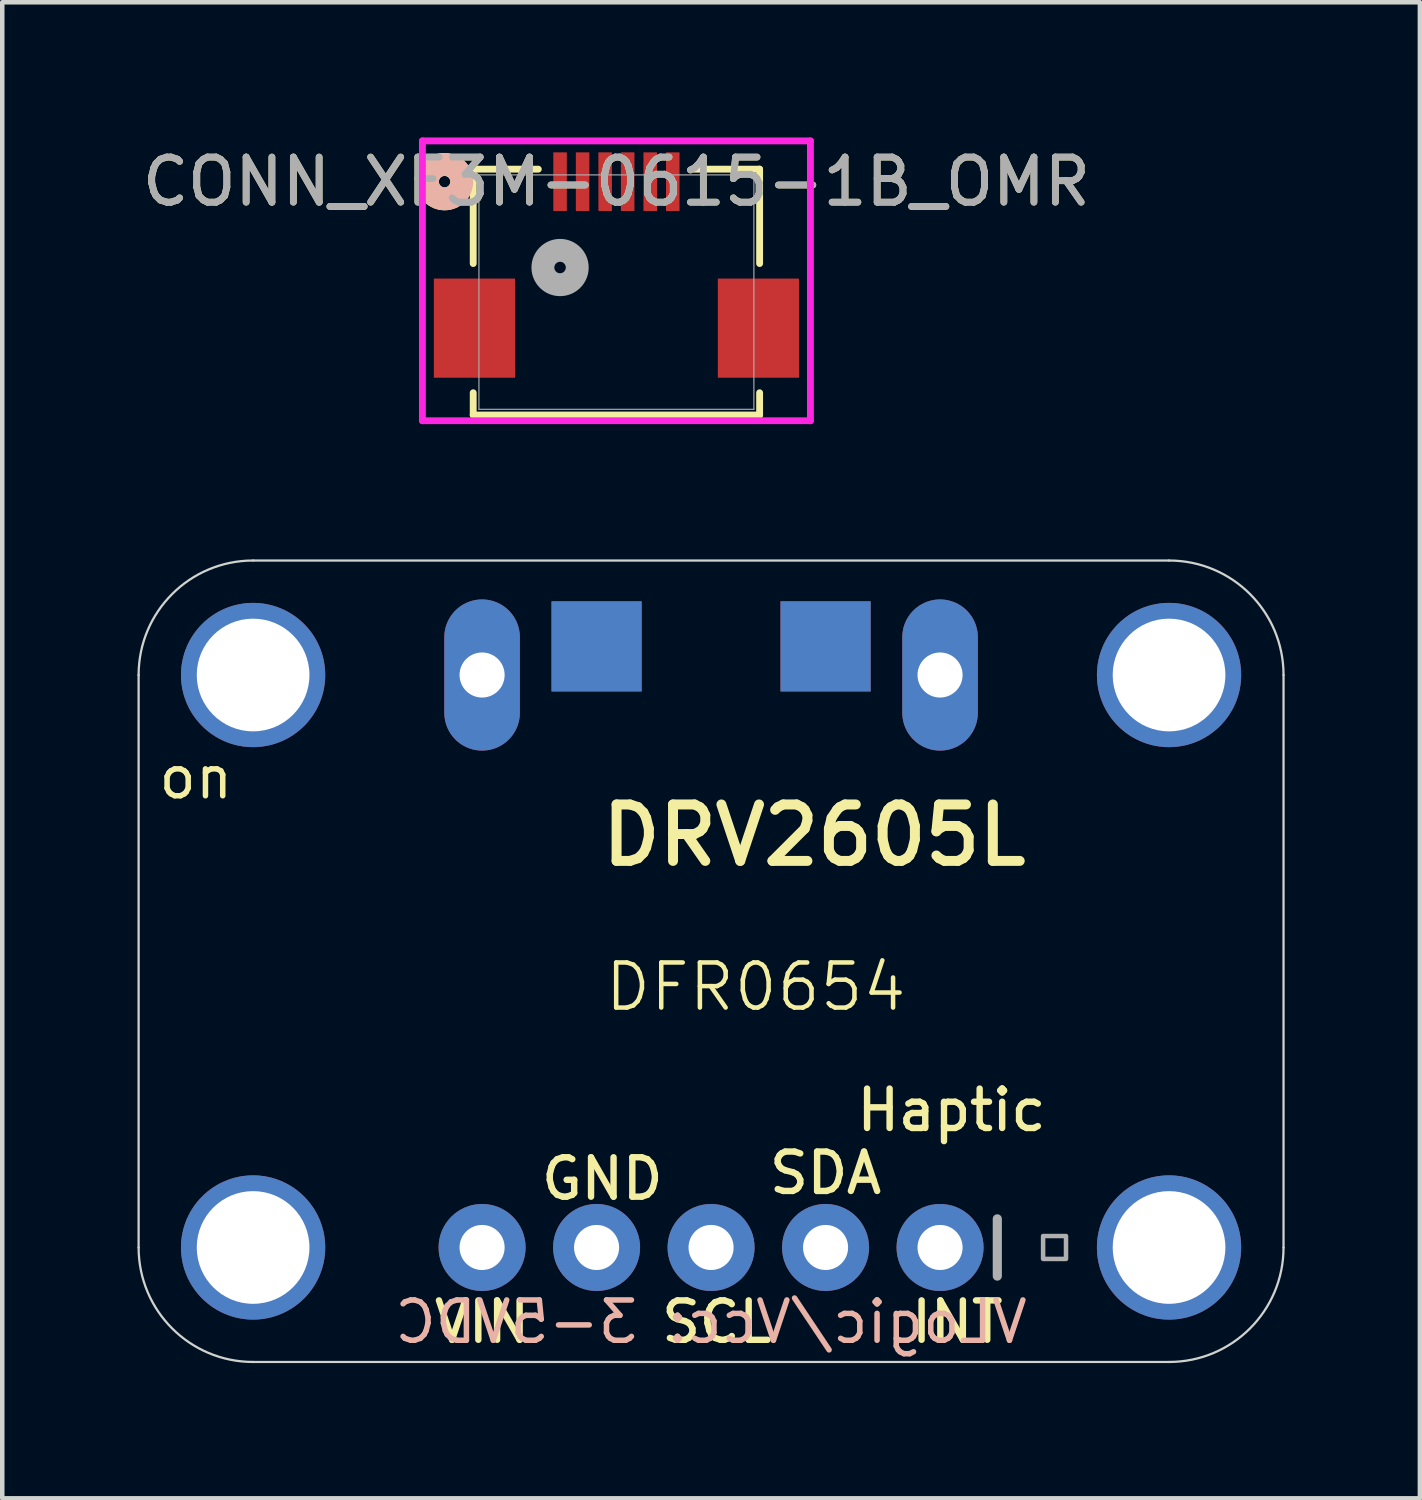
<source format=kicad_pcb>
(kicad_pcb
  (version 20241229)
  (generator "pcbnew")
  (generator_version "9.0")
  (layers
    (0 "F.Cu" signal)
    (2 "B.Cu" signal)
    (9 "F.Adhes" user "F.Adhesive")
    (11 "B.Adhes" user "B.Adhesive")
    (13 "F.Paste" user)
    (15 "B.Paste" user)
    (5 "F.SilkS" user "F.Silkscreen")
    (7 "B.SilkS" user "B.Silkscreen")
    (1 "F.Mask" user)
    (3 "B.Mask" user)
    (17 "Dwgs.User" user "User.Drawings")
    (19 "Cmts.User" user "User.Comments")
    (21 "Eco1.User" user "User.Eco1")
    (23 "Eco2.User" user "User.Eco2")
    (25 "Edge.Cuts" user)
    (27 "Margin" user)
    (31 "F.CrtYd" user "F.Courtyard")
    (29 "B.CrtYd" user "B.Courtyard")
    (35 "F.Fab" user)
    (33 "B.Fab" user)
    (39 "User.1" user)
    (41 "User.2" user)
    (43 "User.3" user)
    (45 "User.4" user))
  (footprint "DFR0654"
    (layer "F.Cu")
    (at 13.715 19.345)
    (property "Reference" "DFR0654" (at 0 -0.5 0) (unlocked yes) (layer "F.SilkS") (effects (font (size 1 1) (thickness 0.1))))
    (attr through_hole)
    (fp_line (start -13.69 -7.42) (end -13.69 5.28) (stroke (width 0.05) (type solid)) (layer "Edge.Cuts"))
    (fp_line (start -11.15 7.82) (end 9.17 7.82) (stroke (width 0.05) (type solid)) (layer "Edge.Cuts"))
    (fp_line (start 9.17 -9.96) (end -11.15 -9.96) (stroke (width 0.05) (type solid)) (layer "Edge.Cuts"))
    (fp_line (start 11.71 5.28) (end 11.71 -7.42) (stroke (width 0.05) (type solid)) (layer "Edge.Cuts"))
    (fp_arc (start -13.69 -7.42) (mid -12.946051 -9.216051) (end -11.15 -9.96) (stroke (width 0.05) (type solid)) (layer "Edge.Cuts"))
    (fp_arc (start -11.15 7.82) (mid -12.946051 7.076051) (end -13.69 5.28) (stroke (width 0.05) (type solid)) (layer "Edge.Cuts"))
    (fp_arc (start 9.17 -9.96) (mid 10.966051 -9.216051) (end 11.71 -7.42) (stroke (width 0.05) (type solid)) (layer "Edge.Cuts"))
    (fp_arc (start 11.71 5.28) (mid 10.966051 7.076051) (end 9.17 7.82) (stroke (width 0.05) (type solid)) (layer "Edge.Cuts"))
    (fp_line (start 5.36 4.645) (end 5.36 5.915) (stroke (width 0.203) (type solid)) (layer "F.Fab"))
    (fp_poly (pts (xy 6.376 5.534) (xy 6.884 5.534) (xy 6.884 5.026) (xy 6.376 5.026)) (stroke (width 0.1) (type default)) (fill no) (layer "F.Fab"))
    (fp_poly (pts (xy 8.916 5.534) (xy 9.424 5.534) (xy 9.424 5.026) (xy 8.916 5.026)) (stroke (width 0.1) (type default)) (fill no) (layer "F.Fab"))
    (fp_text user "SCL" (at -0.863 6.931 0) (unlocked yes) (layer "F.SilkS") (effects (font (size 0.874 0.874) (thickness 0.142))))
    (fp_text user "VIN" (at -6.07 6.931 0) (unlocked yes) (layer "F.SilkS") (effects (font (size 0.874 0.874) (thickness 0.142))))
    (fp_text user "INT" (at 4.471 6.931 0) (unlocked yes) (layer "F.SilkS") (effects (font (size 0.874 0.874) (thickness 0.142))))
    (fp_text user "DRV2605L" (at 1.296 -3.864 0) (unlocked yes) (layer "F.SilkS") (effects (font (size 1.252 1.252) (thickness 0.221))))
    (fp_text user "Haptic" (at 4.344 2.232 0) (unlocked yes) (layer "F.SilkS") (effects (font (size 0.874 0.874) (thickness 0.142))))
    (fp_text user "on" (at -13.309 -4.626 0) (unlocked yes) (layer "F.SilkS") (effects (font (size 0.894 0.894) (thickness 0.122)) (justify left bottom)))
    (fp_text user "SDA" (at 1.55 3.629 0) (unlocked yes) (layer "F.SilkS") (effects (font (size 0.874 0.874) (thickness 0.142))))
    (fp_text user "GND" (at -3.403 3.756 0) (unlocked yes) (layer "F.SilkS") (effects (font (size 0.874 0.874) (thickness 0.142))))
    (fp_text user "VLogic/Vcc: 3-5VDC" (at -0.99 6.931 0) (unlocked yes) (layer "B.SilkS") (effects (font (size 0.894 0.894) (thickness 0.122)) (justify mirror)))
    (pad "1" thru_hole oval (at -6.07 -7.42 90) (size 3.353 1.676) (drill 1) (layers "*.Cu" "*.Mask"))
    (pad "1" thru_hole circle (at -6.07 5.28 90) (size 1.93 1.93) (drill 1) (layers "*.Cu" "*.Mask"))
    (pad "1" thru_hole oval (at 4.09 -7.42 90) (size 3.353 1.676) (drill 1) (layers "*.Cu" "*.Mask"))
    (pad "2" thru_hole circle (at -3.53 5.28 90) (size 1.93 1.93) (drill 1) (layers "*.Cu" "*.Mask"))
    (pad "3" thru_hole circle (at -0.99 5.28 90) (size 1.93 1.93) (drill 1) (layers "*.Cu" "*.Mask"))
    (pad "4" thru_hole circle (at 1.55 5.28 90) (size 1.93 1.93) (drill 1) (layers "*.Cu" "*.Mask"))
    (pad "5" thru_hole circle (at 4.09 5.28 90) (size 1.93 1.93) (drill 1) (layers "*.Cu" "*.Mask"))
    (pad "P$1" thru_hole circle (at -11.15 -7.42) (size 3.2 3.2) (drill 2.5) (layers "*.Cu" "*.Mask"))
    (pad "P$1" thru_hole circle (at -11.15 5.28) (size 3.2 3.2) (drill 2.5) (layers "*.Cu" "*.Mask"))
    (pad "P$1" smd rect (at -3.53 -8.055) (size 2 2) (layers "F.Cu" "F.Mask"))
    (pad "P$1" smd rect (at -3.53 -8.055 180) (size 2 2) (layers "B.Cu" "B.Mask"))
    (pad "P$1" smd rect (at 1.55 -8.055) (size 2 2) (layers "F.Cu" "F.Mask"))
    (pad "P$1" smd rect (at 1.55 -8.055 180) (size 2 2) (layers "B.Cu" "B.Mask"))
    (pad "P$1" thru_hole circle (at 9.17 -7.42) (size 3.2 3.2) (drill 2.5) (layers "*.Cu" "*.Mask"))
    (pad "P$1" thru_hole circle (at 9.17 5.28) (size 3.2 3.2) (drill 2.5) (layers "*.Cu" "*.Mask"))
    (zone (net_name "") (layer "F.Cu") (hatch edge 0.5) (connect_pads) (min_thickness 0.25) (filled_areas_thickness no) (keepout (tracks not_allowed) (vias not_allowed) (pads not_allowed) (copperpour not_allowed) (footprints allowed)) (placement (enabled no)) (fill) (polygon (pts (xy 4.581 11.925) (xy 4.561 11.645) (xy 4.503 11.37) (xy 4.407 11.105) (xy 4.275 10.857) (xy 4.109 10.63) (xy 3.914 10.427) (xy 3.692 10.254) (xy 3.449 10.113) (xy 3.188 10.008) (xy 2.915 9.94) (xy 2.635 9.911) (xy 2.354 9.92) (xy 2.077 9.969) (xy 1.81 10.056) (xy 1.557 10.179) (xy 1.324 10.337) (xy 1.115 10.525) (xy 0.934 10.74) (xy 0.785 10.979) (xy 0.671 11.236) (xy 0.593 11.506) (xy 0.554 11.785) (xy 0.554 12.066) (xy 0.593 12.345) (xy 0.671 12.615) (xy 0.785 12.872) (xy 0.934 13.11) (xy 1.115 13.326) (xy 1.324 13.514) (xy 1.557 13.671) (xy 1.81 13.795) (xy 2.077 13.882) (xy 2.354 13.93) (xy 2.635 13.94) (xy 2.915 13.911) (xy 3.188 13.843) (xy 3.449 13.737) (xy 3.692 13.597) (xy 3.914 13.424) (xy 4.109 13.221) (xy 4.275 12.994) (xy 4.407 12.745) (xy 4.503 12.481) (xy 4.561 12.206))) (polygon (pts (xy 2.549 11.925) (xy 2.554 11.937) (xy 2.565 11.941) (xy 2.576 11.937) (xy 2.581 11.925) (xy 2.576 11.914) (xy 2.565 11.909) (xy 2.554 11.914))))
    (zone (net_name "") (layer "F.Cu") (hatch edge 0.5) (connect_pads) (min_thickness 0.25) (filled_areas_thickness no) (keepout (tracks not_allowed) (vias not_allowed) (pads not_allowed) (copperpour not_allowed) (footprints allowed)) (placement (enabled no)) (fill) (polygon (pts (xy 4.581 24.625) (xy 4.561 24.345) (xy 4.503 24.07) (xy 4.407 23.805) (xy 4.275 23.557) (xy 4.109 23.33) (xy 3.914 23.127) (xy 3.692 22.954) (xy 3.449 22.813) (xy 3.188 22.708) (xy 2.915 22.64) (xy 2.635 22.611) (xy 2.354 22.62) (xy 2.077 22.669) (xy 1.81 22.756) (xy 1.557 22.879) (xy 1.324 23.037) (xy 1.115 23.225) (xy 0.934 23.44) (xy 0.785 23.679) (xy 0.671 23.936) (xy 0.593 24.206) (xy 0.554 24.485) (xy 0.554 24.766) (xy 0.593 25.045) (xy 0.671 25.315) (xy 0.785 25.572) (xy 0.934 25.81) (xy 1.115 26.026) (xy 1.324 26.214) (xy 1.557 26.371) (xy 1.81 26.495) (xy 2.077 26.582) (xy 2.354 26.63) (xy 2.635 26.64) (xy 2.915 26.611) (xy 3.188 26.543) (xy 3.449 26.437) (xy 3.692 26.297) (xy 3.914 26.124) (xy 4.109 25.921) (xy 4.275 25.694) (xy 4.407 25.445) (xy 4.503 25.181) (xy 4.561 24.906))) (polygon (pts (xy 2.549 24.625) (xy 2.554 24.637) (xy 2.565 24.641) (xy 2.576 24.637) (xy 2.581 24.625) (xy 2.576 24.614) (xy 2.565 24.609) (xy 2.554 24.614))))
    (zone (net_name "") (layer "F.Cu") (hatch edge 0.5) (connect_pads) (min_thickness 0.25) (filled_areas_thickness no) (keepout (tracks not_allowed) (vias not_allowed) (pads not_allowed) (copperpour not_allowed) (footprints allowed)) (placement (enabled no)) (fill) (polygon (pts (xy 24.901 11.925) (xy 24.881 11.645) (xy 24.823 11.37) (xy 24.727 11.105) (xy 24.595 10.857) (xy 24.429 10.63) (xy 24.234 10.427) (xy 24.012 10.254) (xy 23.769 10.113) (xy 23.508 10.008) (xy 23.235 9.94) (xy 22.955 9.911) (xy 22.674 9.92) (xy 22.397 9.969) (xy 22.13 10.056) (xy 21.877 10.179) (xy 21.644 10.337) (xy 21.435 10.525) (xy 21.254 10.74) (xy 21.105 10.979) (xy 20.991 11.236) (xy 20.913 11.506) (xy 20.874 11.785) (xy 20.874 12.066) (xy 20.913 12.345) (xy 20.991 12.615) (xy 21.105 12.872) (xy 21.254 13.11) (xy 21.435 13.326) (xy 21.644 13.514) (xy 21.877 13.671) (xy 22.13 13.795) (xy 22.397 13.882) (xy 22.674 13.93) (xy 22.955 13.94) (xy 23.235 13.911) (xy 23.508 13.843) (xy 23.769 13.737) (xy 24.012 13.597) (xy 24.234 13.424) (xy 24.429 13.221) (xy 24.595 12.994) (xy 24.727 12.745) (xy 24.823 12.481) (xy 24.881 12.206))) (polygon (pts (xy 22.869 11.925) (xy 22.874 11.937) (xy 22.885 11.941) (xy 22.896 11.937) (xy 22.901 11.925) (xy 22.896 11.914) (xy 22.885 11.909) (xy 22.874 11.914))))
    (zone (net_name "") (layer "F.Cu") (hatch edge 0.5) (connect_pads) (min_thickness 0.25) (filled_areas_thickness no) (keepout (tracks not_allowed) (vias not_allowed) (pads not_allowed) (copperpour not_allowed) (footprints allowed)) (placement (enabled no)) (fill) (polygon (pts (xy 24.901 24.625) (xy 24.881 24.345) (xy 24.823 24.07) (xy 24.727 23.805) (xy 24.595 23.557) (xy 24.429 23.33) (xy 24.234 23.127) (xy 24.012 22.954) (xy 23.769 22.813) (xy 23.508 22.708) (xy 23.235 22.64) (xy 22.955 22.611) (xy 22.674 22.62) (xy 22.397 22.669) (xy 22.13 22.756) (xy 21.877 22.879) (xy 21.644 23.037) (xy 21.435 23.225) (xy 21.254 23.44) (xy 21.105 23.679) (xy 20.991 23.936) (xy 20.913 24.206) (xy 20.874 24.485) (xy 20.874 24.766) (xy 20.913 25.045) (xy 20.991 25.315) (xy 21.105 25.572) (xy 21.254 25.81) (xy 21.435 26.026) (xy 21.644 26.214) (xy 21.877 26.371) (xy 22.13 26.495) (xy 22.397 26.582) (xy 22.674 26.63) (xy 22.955 26.64) (xy 23.235 26.611) (xy 23.508 26.543) (xy 23.769 26.437) (xy 24.012 26.297) (xy 24.234 26.124) (xy 24.429 25.921) (xy 24.595 25.694) (xy 24.727 25.445) (xy 24.823 25.181) (xy 24.881 24.906))) (polygon (pts (xy 22.869 24.625) (xy 22.874 24.637) (xy 22.885 24.641) (xy 22.896 24.637) (xy 22.901 24.625) (xy 22.896 24.614) (xy 22.885 24.609) (xy 22.874 24.614))))
    (zone (net_name "") (layer "B.Cu") (hatch edge 0.5) (connect_pads) (min_thickness 0.25) (filled_areas_thickness no) (keepout (tracks not_allowed) (vias not_allowed) (pads not_allowed) (copperpour not_allowed) (footprints allowed)) (placement (enabled no)) (fill) (polygon (pts (xy 4.581 11.925) (xy 4.561 11.645) (xy 4.503 11.37) (xy 4.407 11.105) (xy 4.275 10.857) (xy 4.109 10.63) (xy 3.914 10.427) (xy 3.692 10.254) (xy 3.449 10.113) (xy 3.188 10.008) (xy 2.915 9.94) (xy 2.635 9.911) (xy 2.354 9.92) (xy 2.077 9.969) (xy 1.81 10.056) (xy 1.557 10.179) (xy 1.324 10.337) (xy 1.115 10.525) (xy 0.934 10.74) (xy 0.785 10.979) (xy 0.671 11.236) (xy 0.593 11.506) (xy 0.554 11.785) (xy 0.554 12.066) (xy 0.593 12.345) (xy 0.671 12.615) (xy 0.785 12.872) (xy 0.934 13.11) (xy 1.115 13.326) (xy 1.324 13.514) (xy 1.557 13.671) (xy 1.81 13.795) (xy 2.077 13.882) (xy 2.354 13.93) (xy 2.635 13.94) (xy 2.915 13.911) (xy 3.188 13.843) (xy 3.449 13.737) (xy 3.692 13.597) (xy 3.914 13.424) (xy 4.109 13.221) (xy 4.275 12.994) (xy 4.407 12.745) (xy 4.503 12.481) (xy 4.561 12.206))) (polygon (pts (xy 2.549 11.925) (xy 2.554 11.937) (xy 2.565 11.941) (xy 2.576 11.937) (xy 2.581 11.925) (xy 2.576 11.914) (xy 2.565 11.909) (xy 2.554 11.914))))
    (zone (net_name "") (layer "B.Cu") (hatch edge 0.5) (connect_pads) (min_thickness 0.25) (filled_areas_thickness no) (keepout (tracks not_allowed) (vias not_allowed) (pads not_allowed) (copperpour not_allowed) (footprints allowed)) (placement (enabled no)) (fill) (polygon (pts (xy 4.581 24.625) (xy 4.561 24.345) (xy 4.503 24.07) (xy 4.407 23.805) (xy 4.275 23.557) (xy 4.109 23.33) (xy 3.914 23.127) (xy 3.692 22.954) (xy 3.449 22.813) (xy 3.188 22.708) (xy 2.915 22.64) (xy 2.635 22.611) (xy 2.354 22.62) (xy 2.077 22.669) (xy 1.81 22.756) (xy 1.557 22.879) (xy 1.324 23.037) (xy 1.115 23.225) (xy 0.934 23.44) (xy 0.785 23.679) (xy 0.671 23.936) (xy 0.593 24.206) (xy 0.554 24.485) (xy 0.554 24.766) (xy 0.593 25.045) (xy 0.671 25.315) (xy 0.785 25.572) (xy 0.934 25.81) (xy 1.115 26.026) (xy 1.324 26.214) (xy 1.557 26.371) (xy 1.81 26.495) (xy 2.077 26.582) (xy 2.354 26.63) (xy 2.635 26.64) (xy 2.915 26.611) (xy 3.188 26.543) (xy 3.449 26.437) (xy 3.692 26.297) (xy 3.914 26.124) (xy 4.109 25.921) (xy 4.275 25.694) (xy 4.407 25.445) (xy 4.503 25.181) (xy 4.561 24.906))) (polygon (pts (xy 2.549 24.625) (xy 2.554 24.637) (xy 2.565 24.641) (xy 2.576 24.637) (xy 2.581 24.625) (xy 2.576 24.614) (xy 2.565 24.609) (xy 2.554 24.614))))
    (zone (net_name "") (layer "B.Cu") (hatch edge 0.5) (connect_pads) (min_thickness 0.25) (filled_areas_thickness no) (keepout (tracks not_allowed) (vias not_allowed) (pads not_allowed) (copperpour not_allowed) (footprints allowed)) (placement (enabled no)) (fill) (polygon (pts (xy 24.901 11.925) (xy 24.881 11.645) (xy 24.823 11.37) (xy 24.727 11.105) (xy 24.595 10.857) (xy 24.429 10.63) (xy 24.234 10.427) (xy 24.012 10.254) (xy 23.769 10.113) (xy 23.508 10.008) (xy 23.235 9.94) (xy 22.955 9.911) (xy 22.674 9.92) (xy 22.397 9.969) (xy 22.13 10.056) (xy 21.877 10.179) (xy 21.644 10.337) (xy 21.435 10.525) (xy 21.254 10.74) (xy 21.105 10.979) (xy 20.991 11.236) (xy 20.913 11.506) (xy 20.874 11.785) (xy 20.874 12.066) (xy 20.913 12.345) (xy 20.991 12.615) (xy 21.105 12.872) (xy 21.254 13.11) (xy 21.435 13.326) (xy 21.644 13.514) (xy 21.877 13.671) (xy 22.13 13.795) (xy 22.397 13.882) (xy 22.674 13.93) (xy 22.955 13.94) (xy 23.235 13.911) (xy 23.508 13.843) (xy 23.769 13.737) (xy 24.012 13.597) (xy 24.234 13.424) (xy 24.429 13.221) (xy 24.595 12.994) (xy 24.727 12.745) (xy 24.823 12.481) (xy 24.881 12.206))) (polygon (pts (xy 22.869 11.925) (xy 22.874 11.937) (xy 22.885 11.941) (xy 22.896 11.937) (xy 22.901 11.925) (xy 22.896 11.914) (xy 22.885 11.909) (xy 22.874 11.914))))
    (zone (net_name "") (layer "B.Cu") (hatch edge 0.5) (connect_pads) (min_thickness 0.25) (filled_areas_thickness no) (keepout (tracks not_allowed) (vias not_allowed) (pads not_allowed) (copperpour not_allowed) (footprints allowed)) (placement (enabled no)) (fill) (polygon (pts (xy 24.901 24.625) (xy 24.881 24.345) (xy 24.823 24.07) (xy 24.727 23.805) (xy 24.595 23.557) (xy 24.429 23.33) (xy 24.234 23.127) (xy 24.012 22.954) (xy 23.769 22.813) (xy 23.508 22.708) (xy 23.235 22.64) (xy 22.955 22.611) (xy 22.674 22.62) (xy 22.397 22.669) (xy 22.13 22.756) (xy 21.877 22.879) (xy 21.644 23.037) (xy 21.435 23.225) (xy 21.254 23.44) (xy 21.105 23.679) (xy 20.991 23.936) (xy 20.913 24.206) (xy 20.874 24.485) (xy 20.874 24.766) (xy 20.913 25.045) (xy 20.991 25.315) (xy 21.105 25.572) (xy 21.254 25.81) (xy 21.435 26.026) (xy 21.644 26.214) (xy 21.877 26.371) (xy 22.13 26.495) (xy 22.397 26.582) (xy 22.674 26.63) (xy 22.955 26.64) (xy 23.235 26.611) (xy 23.508 26.543) (xy 23.769 26.437) (xy 24.012 26.297) (xy 24.234 26.124) (xy 24.429 25.921) (xy 24.595 25.694) (xy 24.727 25.445) (xy 24.823 25.181) (xy 24.881 24.906))) (polygon (pts (xy 22.869 24.625) (xy 22.874 24.637) (xy 22.885 24.641) (xy 22.896 24.637) (xy 22.901 24.625) (xy 22.896 24.614) (xy 22.885 24.609) (xy 22.874 24.614)))))
  (footprint "CONN_XF3M-0615-1B_OMR"
    (layer "F.Cu")
    (at 11.875 0.98)
    (property "Reference" "CONN_XF3M-0615-1B_OMR" (at -1.25 0 0) (unlocked yes) (layer "F.SilkS") (effects (font (size 1 1) (thickness 0.15))))
    (attr smd)
    (fp_line (start -4.427 -0.277) (end -4.427 1.817) (stroke (width 0.152) (type solid)) (layer "F.SilkS"))
    (fp_line (start -4.427 4.683) (end -4.427 5.177) (stroke (width 0.152) (type solid)) (layer "F.SilkS"))
    (fp_line (start -4.427 5.177) (end 1.927 5.177) (stroke (width 0.152) (type solid)) (layer "F.SilkS"))
    (fp_line (start -2.983 -0.277) (end -4.427 -0.277) (stroke (width 0.152) (type solid)) (layer "F.SilkS"))
    (fp_line (start 1.927 -0.277) (end 0.483 -0.277) (stroke (width 0.152) (type solid)) (layer "F.SilkS"))
    (fp_line (start 1.927 1.817) (end 1.927 -0.277) (stroke (width 0.152) (type solid)) (layer "F.SilkS"))
    (fp_line (start 1.927 5.177) (end 1.927 4.683) (stroke (width 0.152) (type solid)) (layer "F.SilkS"))
    (fp_circle (center -5.062 0) (end -4.681 0) (stroke (width 0.508) (type solid)) (fill no) (layer "F.SilkS"))
    (fp_circle (center -5.062 0) (end -4.681 0) (stroke (width 0.508) (type solid)) (fill no) (layer "B.SilkS"))
    (fp_line (start -5.554 -0.904) (end -5.554 5.304) (stroke (width 0.152) (type solid)) (layer "F.CrtYd"))
    (fp_line (start -5.554 5.304) (end 3.054 5.304) (stroke (width 0.152) (type solid)) (layer "F.CrtYd"))
    (fp_line (start 3.054 -0.904) (end -5.554 -0.904) (stroke (width 0.152) (type solid)) (layer "F.CrtYd"))
    (fp_line (start 3.054 5.304) (end 3.054 -0.904) (stroke (width 0.152) (type solid)) (layer "F.CrtYd"))
    (fp_line (start -4.3 -0.15) (end -4.3 5.05) (stroke (width 0.025) (type solid)) (layer "F.Fab"))
    (fp_line (start -4.3 5.05) (end 1.8 5.05) (stroke (width 0.025) (type solid)) (layer "F.Fab"))
    (fp_line (start 1.8 -0.15) (end -4.3 -0.15) (stroke (width 0.025) (type solid)) (layer "F.Fab"))
    (fp_line (start 1.8 5.05) (end 1.8 -0.15) (stroke (width 0.025) (type solid)) (layer "F.Fab"))
    (fp_circle (center -2.5 1.905) (end -2.119 1.905) (stroke (width 0.508) (type solid)) (fill no) (layer "F.Fab"))
    (fp_text user "${REFERENCE}" (at -1.25 0 0) (unlocked yes) (layer "F.Fab") (effects (font (size 1 1) (thickness 0.15))))
    (pad "1" smd rect (at -2.5 0) (size 0.3 1.3) (layers "F.Cu" "F.Mask" "F.Paste"))
    (pad "2" smd rect (at -2 0) (size 0.3 1.3) (layers "F.Cu" "F.Mask" "F.Paste"))
    (pad "3" smd rect (at -1.5 0) (size 0.3 1.3) (layers "F.Cu" "F.Mask" "F.Paste"))
    (pad "4" smd rect (at -1 0) (size 0.3 1.3) (layers "F.Cu" "F.Mask" "F.Paste"))
    (pad "5" smd rect (at -0.5 0) (size 0.3 1.3) (layers "F.Cu" "F.Mask" "F.Paste"))
    (pad "6" smd rect (at 0 0) (size 0.3 1.3) (layers "F.Cu" "F.Mask" "F.Paste"))
    (pad "7" smd rect (at -4.4 3.25) (size 1.8 2.2) (layers "F.Cu" "F.Mask" "F.Paste"))
    (pad "8" smd rect (at 1.9 3.25) (size 1.8 2.2) (layers "F.Cu" "F.Mask" "F.Paste")))
  (gr_rect
    (start -3 -3)
    (end 28.45 30.19)
    (stroke (width 0.1) (type default))
    (fill no)
    (layer "Edge.Cuts")))
</source>
